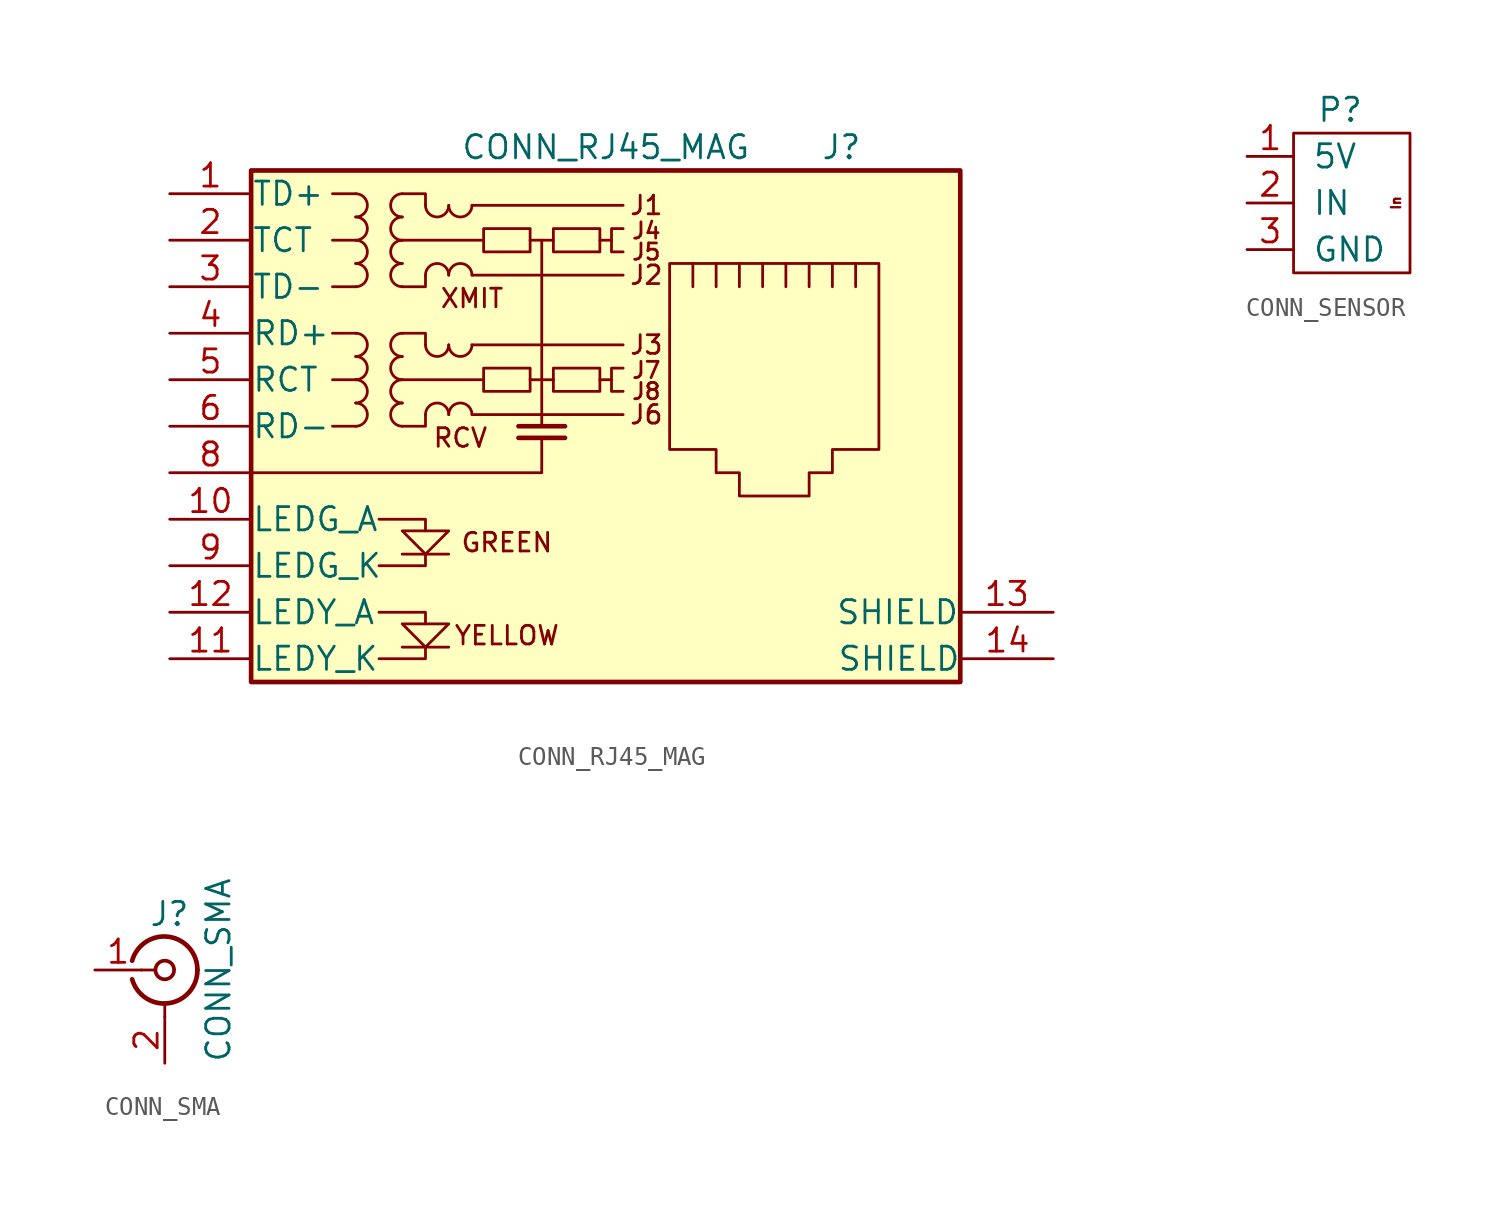
<source format=kicad_sym>
(kicad_symbol_lib
  (version 20211014)
  (generator kicad_symbol_editor)
  (symbol "CONN_RJ45_MAG"
    (pin_names
      (offset 0.025))
    (property "Reference" "J"
      (at 2.54 15.24 0)
      (effects (font (size 1.27 1.27)) (justify left)))
    (property "Value" "CONN_RJ45_MAG"
      (at -1.27 15.24 0)
      (effects (font (size 1.27 1.27)) (justify right)))
    (symbol "CONN_RJ45_MAG_0_0"
      (polyline (pts (xy -19.05 -6.985) (xy -19.05 -7.62) (xy -21.59 -7.62)) (stroke (width 0) (type default) (color 0 0 0 0)) (fill (type none)))
      (polyline (pts (xy -17.78 -12.065) (xy -20.32 -12.065) (xy -20.32 -12.065)) (stroke (width 0) (type default) (color 0 0 0 0)) (fill (type none)))
      (polyline (pts (xy -17.78 -6.985) (xy -20.32 -6.985) (xy -20.32 -6.985)) (stroke (width 0) (type default) (color 0 0 0 0)) (fill (type none)))
      (polyline (pts (xy -12.7 2.54) (xy -12.7 0) (xy -12.7 0)) (stroke (width 0) (type default) (color 0 0 0 0)) (fill (type none)))
      (polyline (pts (xy -12.7 10.16) (xy -12.7 2.54) (xy -12.7 2.54)) (stroke (width 0) (type default) (color 0 0 0 0)) (fill (type none)))
      (polyline (pts (xy -11.43 -0.635) (xy -13.97 -0.635) (xy -13.97 -0.635)) (stroke (width 0.254) (type default) (color 0 0 0 0)) (fill (type none)))
      (polyline (pts (xy -8.89 2.54) (xy -9.525 2.54) (xy -9.525 2.54)) (stroke (width 0) (type default) (color 0 0 0 0)) (fill (type none)))
      (polyline (pts (xy -8.89 10.16) (xy -9.525 10.16) (xy -9.525 10.16)) (stroke (width 0) (type default) (color 0 0 0 0)) (fill (type none)))
      (polyline (pts (xy -21.59 -12.7) (xy -19.05 -12.7) (xy -19.05 -12.065) (xy -19.05 -12.065)) (stroke (width 0) (type default) (color 0 0 0 0)) (fill (type none)))
      (polyline (pts (xy -21.59 -10.16) (xy -19.05 -10.16) (xy -19.05 -10.795) (xy -19.05 -10.795)) (stroke (width 0) (type default) (color 0 0 0 0)) (fill (type none)))
      (polyline (pts (xy -21.59 -5.08) (xy -19.05 -5.08) (xy -19.05 -5.715) (xy -19.05 -5.715)) (stroke (width 0) (type default) (color 0 0 0 0)) (fill (type none)))
      (polyline (pts (xy -12.7 -0.635) (xy -12.7 -2.54) (xy -28.575 -2.54) (xy -22.225 -2.54)) (stroke (width 0) (type default) (color 0 0 0 0)) (fill (type none)))
      (polyline (pts (xy -11.43 0) (xy -13.335 0) (xy -13.97 0) (xy -13.97 0)) (stroke (width 0.254) (type default) (color 0 0 0 0)) (fill (type none)))
      (polyline (pts (xy -20.32 -5.715) (xy -17.78 -5.715) (xy -19.05 -6.985) (xy -20.32 -5.715) (xy -20.32 -5.715)) (stroke (width 0) (type default) (color 0 0 0 0)) (fill (type none)))
      (polyline (pts (xy -17.78 -10.795) (xy -20.32 -10.795) (xy -19.05 -12.065) (xy -17.78 -10.795) (xy -17.78 -10.795)) (stroke (width 0) (type default) (color 0 0 0 0)) (fill (type none)))
      (polyline (pts (xy -8.255 3.175) (xy -8.89 3.175) (xy -8.89 1.905) (xy -8.255 1.905) (xy -8.255 1.905)) (stroke (width 0) (type default) (color 0 0 0 0)) (fill (type none)))
      (polyline (pts (xy -8.255 10.795) (xy -8.89 10.795) (xy -8.89 9.525) (xy -8.255 9.525) (xy -8.255 9.525)) (stroke (width 0) (type default) (color 0 0 0 0)) (fill (type none)))
      (text "GREEN" (at -14.605 -6.35 0) (effects (font (size 1.016 1.016))))
      (text "J1" (at -6.985 12.065 0) (effects (font (size 1.016 1.016))))
      (text "J2" (at -6.985 8.255 0) (effects (font (size 1.016 1.016))))
      (text "J3" (at -6.985 4.445 0) (effects (font (size 1.016 1.016))))
      (text "J4" (at -6.985 10.16 0) (effects (font (size 0.889 0.889)) (justify bottom)))
      (text "J5" (at -6.985 9.525 0) (effects (font (size 0.889 0.889))))
      (text "J6" (at -6.985 0.635 0) (effects (font (size 1.016 1.016))))
      (text "J7" (at -6.985 2.54 0) (effects (font (size 0.889 0.889)) (justify bottom)))
      (text "J8" (at -6.985 1.905 0) (effects (font (size 0.889 0.889))))
      (text "RCV" (at -17.145 -0.635 0) (effects (font (size 1.016 1.016))))
      (text "XMIT" (at -16.51 6.985 0) (effects (font (size 1.016 1.016))))
      (text "YELLOW" (at -14.605 -11.43 0) (effects (font (size 1.016 1.016)))))
    (symbol "CONN_RJ45_MAG_0_1"
      (rectangle (start -28.575 -13.97) (end 10.16 13.97) (stroke (width 0.254) (type default) (color 0 0 0 0)) (fill (type background)))
      (arc (start -22.86 0) (mid -22.225 0.635) (end -22.86 1.27) (stroke (width 0) (type default) (color 0 0 0 0)) (fill (type none)))
      (arc (start -22.86 1.27) (mid -22.225 1.905) (end -22.86 2.54) (stroke (width 0) (type default) (color 0 0 0 0)) (fill (type none)))
      (arc (start -22.86 2.54) (mid -22.225 3.175) (end -22.86 3.81) (stroke (width 0) (type default) (color 0 0 0 0)) (fill (type none)))
      (arc (start -22.86 3.81) (mid -22.225 4.445) (end -22.86 5.08) (stroke (width 0) (type default) (color 0 0 0 0)) (fill (type none)))
      (arc (start -22.86 7.62) (mid -22.225 8.255) (end -22.86 8.89) (stroke (width 0) (type default) (color 0 0 0 0)) (fill (type none)))
      (arc (start -22.86 8.89) (mid -22.225 9.525) (end -22.86 10.16) (stroke (width 0) (type default) (color 0 0 0 0)) (fill (type none)))
      (arc (start -22.86 10.16) (mid -22.225 10.795) (end -22.86 11.43) (stroke (width 0) (type default) (color 0 0 0 0)) (fill (type none)))
      (arc (start -22.86 11.43) (mid -22.225 12.065) (end -22.86 12.7) (stroke (width 0) (type default) (color 0 0 0 0)) (fill (type none)))
      (arc (start -20.32 1.27) (mid -20.955 0.635) (end -20.32 0) (stroke (width 0) (type default) (color 0 0 0 0)) (fill (type none)))
      (arc (start -20.32 2.54) (mid -20.955 1.905) (end -20.32 1.27) (stroke (width 0) (type default) (color 0 0 0 0)) (fill (type none)))
      (arc (start -20.32 3.81) (mid -20.955 3.175) (end -20.32 2.54) (stroke (width 0) (type default) (color 0 0 0 0)) (fill (type none)))
      (arc (start -20.32 5.08) (mid -20.955 4.445) (end -20.32 3.81) (stroke (width 0) (type default) (color 0 0 0 0)) (fill (type none)))
      (arc (start -20.32 8.89) (mid -20.955 8.255) (end -20.32 7.62) (stroke (width 0) (type default) (color 0 0 0 0)) (fill (type none)))
      (arc (start -20.32 10.16) (mid -20.955 9.525) (end -20.32 8.89) (stroke (width 0) (type default) (color 0 0 0 0)) (fill (type none)))
      (arc (start -20.32 11.43) (mid -20.955 10.795) (end -20.32 10.16) (stroke (width 0) (type default) (color 0 0 0 0)) (fill (type none)))
      (arc (start -20.32 12.7) (mid -20.955 12.065) (end -20.32 11.43) (stroke (width 0) (type default) (color 0 0 0 0)) (fill (type none)))
      (arc (start -19.05 4.445) (mid -18.415 3.81) (end -17.78 4.445) (stroke (width 0) (type default) (color 0 0 0 0)) (fill (type none)))
      (arc (start -19.05 12.065) (mid -18.415 11.43) (end -17.78 12.065) (stroke (width 0) (type default) (color 0 0 0 0)) (fill (type none)))
      (arc (start -17.78 0.635) (mid -18.415 1.27) (end -19.05 0.635) (stroke (width 0) (type default) (color 0 0 0 0)) (fill (type none)))
      (arc (start -17.78 4.445) (mid -17.145 3.81) (end -16.51 4.445) (stroke (width 0) (type default) (color 0 0 0 0)) (fill (type none)))
      (arc (start -17.78 8.255) (mid -18.415 8.89) (end -19.05 8.255) (stroke (width 0) (type default) (color 0 0 0 0)) (fill (type none)))
      (arc (start -17.78 12.065) (mid -17.145 11.43) (end -16.51 12.065) (stroke (width 0) (type default) (color 0 0 0 0)) (fill (type none)))
      (arc (start -16.51 0.635) (mid -17.145 1.27) (end -17.78 0.635) (stroke (width 0) (type default) (color 0 0 0 0)) (fill (type none)))
      (arc (start -16.51 8.255) (mid -17.145 8.89) (end -17.78 8.255) (stroke (width 0) (type default) (color 0 0 0 0)) (fill (type none)))
      (rectangle (start -15.875 3.175) (end -13.335 1.905) (stroke (width 0) (type default) (color 0 0 0 0)) (fill (type none)))
      (rectangle (start -15.875 10.795) (end -13.335 9.525) (stroke (width 0) (type default) (color 0 0 0 0)) (fill (type none)))
      (rectangle (start -12.065 3.175) (end -9.525 1.905) (stroke (width 0) (type default) (color 0 0 0 0)) (fill (type none)))
      (rectangle (start -12.065 10.795) (end -9.525 9.525) (stroke (width 0) (type default) (color 0 0 0 0)) (fill (type none)))
      (polyline (pts (xy -22.86 0) (xy -24.13 0) (xy -23.495 0)) (stroke (width 0) (type default) (color 0 0 0 0)) (fill (type none)))
      (polyline (pts (xy -22.86 2.54) (xy -24.13 2.54) (xy -23.495 2.54)) (stroke (width 0) (type default) (color 0 0 0 0)) (fill (type none)))
      (polyline (pts (xy -22.86 5.08) (xy -24.13 5.08) (xy -23.495 5.08)) (stroke (width 0) (type default) (color 0 0 0 0)) (fill (type none)))
      (polyline (pts (xy -22.86 7.62) (xy -24.13 7.62) (xy -23.495 7.62)) (stroke (width 0) (type default) (color 0 0 0 0)) (fill (type none)))
      (polyline (pts (xy -22.86 10.16) (xy -24.13 10.16) (xy -23.495 10.16)) (stroke (width 0) (type default) (color 0 0 0 0)) (fill (type none)))
      (polyline (pts (xy -16.51 0.635) (xy -8.255 0.635) (xy -8.255 0.635)) (stroke (width 0) (type default) (color 0 0 0 0)) (fill (type none)))
      (polyline (pts (xy -16.51 4.445) (xy -8.255 4.445) (xy -8.255 4.445)) (stroke (width 0) (type default) (color 0 0 0 0)) (fill (type none)))
      (polyline (pts (xy -16.51 8.255) (xy -8.255 8.255) (xy -8.255 8.255)) (stroke (width 0) (type default) (color 0 0 0 0)) (fill (type none)))
      (polyline (pts (xy -16.51 12.065) (xy -8.255 12.065) (xy -8.255 12.065)) (stroke (width 0) (type default) (color 0 0 0 0)) (fill (type none)))
      (polyline (pts (xy -13.335 2.54) (xy -12.065 2.54) (xy -12.065 2.54)) (stroke (width 0) (type default) (color 0 0 0 0)) (fill (type none)))
      (polyline (pts (xy -13.335 10.16) (xy -12.065 10.16) (xy -12.065 10.16)) (stroke (width 0) (type default) (color 0 0 0 0)) (fill (type none)))
      (polyline (pts (xy -4.445 7.62) (xy -4.445 8.89) (xy -4.445 8.89)) (stroke (width 0) (type default) (color 0 0 0 0)) (fill (type none)))
      (polyline (pts (xy -3.175 8.89) (xy -3.175 7.62) (xy -3.175 7.62)) (stroke (width 0) (type default) (color 0 0 0 0)) (fill (type none)))
      (polyline (pts (xy -1.905 8.89) (xy -1.905 7.62) (xy -1.905 7.62)) (stroke (width 0) (type default) (color 0 0 0 0)) (fill (type none)))
      (polyline (pts (xy -0.635 8.89) (xy -0.635 7.62) (xy -0.635 7.62)) (stroke (width 0) (type default) (color 0 0 0 0)) (fill (type none)))
      (polyline (pts (xy 0.635 8.89) (xy 0.635 7.62) (xy 0.635 7.62)) (stroke (width 0) (type default) (color 0 0 0 0)) (fill (type none)))
      (polyline (pts (xy 1.905 8.89) (xy 1.905 7.62) (xy 1.905 7.62)) (stroke (width 0) (type default) (color 0 0 0 0)) (fill (type none)))
      (polyline (pts (xy 3.175 7.62) (xy 3.175 8.89) (xy 3.175 8.89)) (stroke (width 0) (type default) (color 0 0 0 0)) (fill (type none)))
      (polyline (pts (xy 4.445 7.62) (xy 4.445 8.89) (xy 4.445 8.89)) (stroke (width 0) (type default) (color 0 0 0 0)) (fill (type none)))
      (polyline (pts (xy -22.86 12.7) (xy -24.13 12.7) (xy -23.495 12.7) (xy -23.495 12.7)) (stroke (width 0) (type default) (color 0 0 0 0)) (fill (type none)))
      (polyline (pts (xy -19.05 0.635) (xy -19.05 0) (xy -20.32 0) (xy -20.32 0)) (stroke (width 0) (type default) (color 0 0 0 0)) (fill (type none)))
      (polyline (pts (xy -19.05 8.255) (xy -19.05 7.62) (xy -20.32 7.62) (xy -20.32 7.62)) (stroke (width 0) (type default) (color 0 0 0 0)) (fill (type none)))
      (polyline (pts (xy -15.875 2.54) (xy -20.32 2.54) (xy -20.32 2.54) (xy -20.32 2.54)) (stroke (width 0) (type default) (color 0 0 0 0)) (fill (type none)))
      (polyline (pts (xy -15.875 10.16) (xy -20.32 10.16) (xy -20.32 10.16) (xy -20.32 10.16)) (stroke (width 0) (type default) (color 0 0 0 0)) (fill (type none)))
      (polyline (pts (xy -20.32 5.08) (xy -19.05 5.08) (xy -19.05 4.445) (xy -19.05 4.445) (xy -19.05 4.445) (xy -19.05 4.445)) (stroke (width 0) (type default) (color 0 0 0 0)) (fill (type none)))
      (polyline (pts (xy -20.32 12.7) (xy -19.05 12.7) (xy -19.05 12.065) (xy -19.05 12.065) (xy -19.05 12.065) (xy -19.05 12.065)) (stroke (width 0) (type default) (color 0 0 0 0)) (fill (type none)))
      (polyline (pts (xy -5.715 8.89) (xy 5.715 8.89) (xy 5.715 -1.27) (xy 3.175 -1.27) (xy 3.175 -2.54) (xy 1.905 -2.54) (xy 1.905 -3.81) (xy -1.905 -3.81) (xy -1.905 -2.54) (xy -3.175 -2.54) (xy -3.175 -1.27) (xy -5.715 -1.27) (xy -5.715 8.89) (xy -5.715 8.89)) (stroke (width 0) (type default) (color 0 0 0 0)) (fill (type none))))
    (symbol "CONN_RJ45_MAG_1_1"
      (pin passive line (at -33.02 12.7 0) (length 4.445) (name "TD+" (effects (font (size 1.27 1.27)))) (number "1" (effects (font (size 1.27 1.27)))))
      (pin passive line (at -33.02 -5.08 0) (length 4.445) (name "LEDG_A" (effects (font (size 1.27 1.27)))) (number "10" (effects (font (size 1.27 1.27)))))
      (pin passive line (at -33.02 -12.7 0) (length 4.445) (name "LEDY_K" (effects (font (size 1.27 1.27)))) (number "11" (effects (font (size 1.27 1.27)))))
      (pin passive line (at -33.02 -10.16 0) (length 4.445) (name "LEDY_A" (effects (font (size 1.27 1.27)))) (number "12" (effects (font (size 1.27 1.27)))))
      (pin passive line (at 15.24 -10.16 180) (length 5.08) (name "SHIELD" (effects (font (size 1.27 1.27)))) (number "13" (effects (font (size 1.27 1.27)))))
      (pin passive line (at 15.24 -12.7 180) (length 5.004) (name "SHIELD" (effects (font (size 1.27 1.27)))) (number "14" (effects (font (size 1.27 1.27)))))
      (pin passive line (at -33.02 10.16 0) (length 4.445) (name "TCT" (effects (font (size 1.27 1.27)))) (number "2" (effects (font (size 1.27 1.27)))))
      (pin passive line (at -33.02 7.62 0) (length 4.445) (name "TD-" (effects (font (size 1.27 1.27)))) (number "3" (effects (font (size 1.27 1.27)))))
      (pin passive line (at -33.02 5.08 0) (length 4.445) (name "RD+" (effects (font (size 1.27 1.27)))) (number "4" (effects (font (size 1.27 1.27)))))
      (pin passive line (at -33.02 2.54 0) (length 4.445) (name "RCT" (effects (font (size 1.27 1.27)))) (number "5" (effects (font (size 1.27 1.27)))))
      (pin passive line (at -33.02 0 0) (length 4.445) (name "RD-" (effects (font (size 1.27 1.27)))) (number "6" (effects (font (size 1.27 1.27)))))
      (pin passive line (at -33.02 -2.54 0) (length 4.445) (name "~" (effects (font (size 1.27 1.27)))) (number "8" (effects (font (size 1.27 1.27)))))
      (pin passive line (at -33.02 -7.62 0) (length 4.445) (name "LEDG_K" (effects (font (size 1.27 1.27)))) (number "9" (effects (font (size 1.27 1.27)))))))
  (symbol "CONN_SENSOR"
    (pin_names
      (offset 1.016))
    (property "Reference" "P"
      (at -1.27 5.08 0)
      (effects (font (size 1.27 1.27))))
    (symbol "CONN_SENSOR_0_0"
      (text "In" (at 1.778 0 900) (effects (font (size 0.508 0.508)))))
    (symbol "CONN_SENSOR_0_1"
      (rectangle (start -3.81 3.81) (end 2.54 -3.81) (stroke (width 0) (type default) (color 0 0 0 0)) (fill (type none))))
    (symbol "CONN_SENSOR_1_1"
      (pin power_in line (at -6.35 2.54 0) (length 2.54) (name "5V" (effects (font (size 1.27 1.27)))) (number "1" (effects (font (size 1.27 1.27)))))
      (pin output line (at -6.35 0 0) (length 2.54) (name "IN" (effects (font (size 1.27 1.27)))) (number "2" (effects (font (size 1.27 1.27)))))
      (pin power_in line (at -6.35 -2.54 0) (length 2.54) (name "GND" (effects (font (size 1.27 1.27)))) (number "3" (effects (font (size 1.27 1.27)))))))
  (symbol "CONN_SMA"
    (pin_names
      (offset 1.016) hide)
    (property "Reference" "J"
      (at 0.254 3.048 0)
      (effects (font (size 1.27 1.27))))
    (property "Value" "CONN_SMA"
      (at 2.921 0 90)
      (effects (font (size 1.27 1.27))))
    (symbol "CONN_SMA_0_1"
      (arc (start -1.778 -0.508) (mid 0.2311 -1.8066) (end 1.778 0) (stroke (width 0.254) (type default) (color 0 0 0 0)) (fill (type none)))
      (polyline (pts (xy -1.27 0) (xy -0.508 0)) (stroke (width 0) (type default) (color 0 0 0 0)) (fill (type none)))
      (polyline (pts (xy 0 -2.54) (xy 0 -1.778)) (stroke (width 0) (type default) (color 0 0 0 0)) (fill (type none)))
      (circle (center 0 0) (radius 0.508) (stroke (width 0.203) (type default) (color 0 0 0 0)) (fill (type none)))
      (arc (start 1.778 0) (mid 0.2099 1.8101) (end -1.778 0.508) (stroke (width 0.254) (type default) (color 0 0 0 0)) (fill (type none))))
    (symbol "CONN_SMA_1_1"
      (pin passive line (at -3.81 0 0) (length 2.54) (name "In" (effects (font (size 1.27 1.27)))) (number "1" (effects (font (size 1.27 1.27)))))
      (pin passive line (at 0 -5.08 90) (length 2.54) (name "Ext" (effects (font (size 1.27 1.27)))) (number "2" (effects (font (size 1.27 1.27))))))))
</source>
